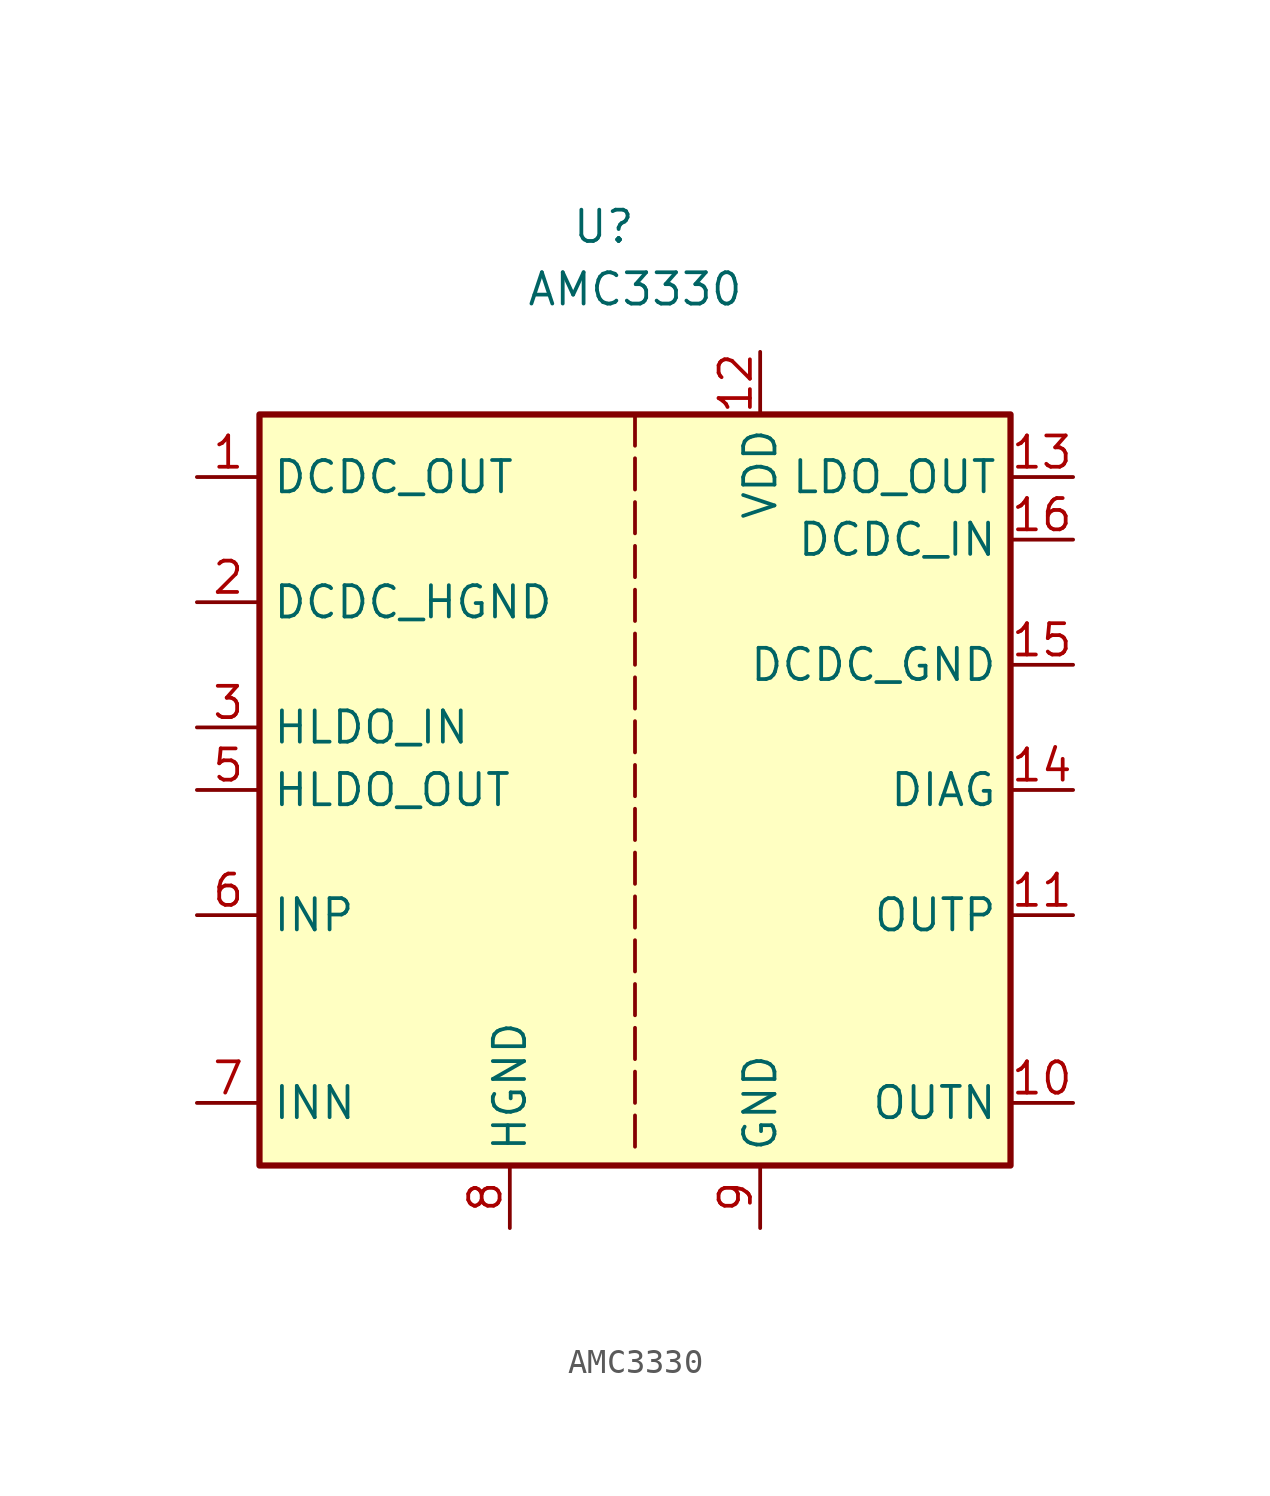
<source format=kicad_sym>
(kicad_symbol_lib
  (version 20231120)
  (generator "kicad_symbol_editor")
  (generator_version "8.0")
  (symbol "AMC3330"
    (property "Reference" "U"
      (at -1.27 22.86 0)
      (effects (font (size 1.27 1.27))))
    (property "Value" "AMC3330"
      (at 0 20.32 0)
      (effects (font (size 1.27 1.27))))
    (symbol "AMC3330_0_1"
      (rectangle (start -15.24 15.24) (end 15.24 -15.24) (stroke (width 0.254) (type default)) (fill (type background)))
      (polyline (pts (xy 0 -13.208) (xy 0 -14.478)) (stroke (width 0) (type default)) (fill (type none)))
      (polyline (pts (xy 0 -11.43) (xy 0 -12.7)) (stroke (width 0) (type default)) (fill (type none)))
      (polyline (pts (xy 0 -9.652) (xy 0 -10.922)) (stroke (width 0) (type default)) (fill (type none)))
      (polyline (pts (xy 0 -7.874) (xy 0 -9.144)) (stroke (width 0) (type default)) (fill (type none)))
      (polyline (pts (xy 0 -6.096) (xy 0 -7.366)) (stroke (width 0) (type default)) (fill (type none)))
      (polyline (pts (xy 0 -4.318) (xy 0 -5.588)) (stroke (width 0) (type default)) (fill (type none)))
      (polyline (pts (xy 0 -2.54) (xy 0 -3.81)) (stroke (width 0) (type default)) (fill (type none)))
      (polyline (pts (xy 0 -0.762) (xy 0 -2.032)) (stroke (width 0) (type default)) (fill (type none)))
      (polyline (pts (xy 0 1.016) (xy 0 -0.254)) (stroke (width 0) (type default)) (fill (type none)))
      (polyline (pts (xy 0 2.794) (xy 0 1.524)) (stroke (width 0) (type default)) (fill (type none)))
      (polyline (pts (xy 0 4.572) (xy 0 3.302)) (stroke (width 0) (type default)) (fill (type none)))
      (polyline (pts (xy 0 6.35) (xy 0 5.08)) (stroke (width 0) (type default)) (fill (type none)))
      (polyline (pts (xy 0 8.128) (xy 0 6.858)) (stroke (width 0) (type default)) (fill (type none)))
      (polyline (pts (xy 0 9.906) (xy 0 8.636)) (stroke (width 0) (type default)) (fill (type none)))
      (polyline (pts (xy 0 11.684) (xy 0 10.414)) (stroke (width 0) (type default)) (fill (type none)))
      (polyline (pts (xy 0 13.462) (xy 0 12.192)) (stroke (width 0) (type default)) (fill (type none)))
      (polyline (pts (xy 0 15.24) (xy 0 13.97)) (stroke (width 0) (type default)) (fill (type none))))
    (symbol "AMC3330_1_1"
      (pin power_out line (at -17.78 12.7 0) (length 2.54) (name "DCDC_OUT" (effects (font (size 1.27 1.27)))) (number "1" (effects (font (size 1.27 1.27)))))
      (pin output line (at 17.78 -12.7 180) (length 2.54) (name "OUTN" (effects (font (size 1.27 1.27)))) (number "10" (effects (font (size 1.27 1.27)))))
      (pin output line (at 17.78 -5.08 180) (length 2.54) (name "OUTP" (effects (font (size 1.27 1.27)))) (number "11" (effects (font (size 1.27 1.27)))))
      (pin power_in line (at 5.08 17.78 270) (length 2.54) (name "VDD" (effects (font (size 1.27 1.27)))) (number "12" (effects (font (size 1.27 1.27)))))
      (pin power_out line (at 17.78 12.7 180) (length 2.54) (name "LDO_OUT" (effects (font (size 1.27 1.27)))) (number "13" (effects (font (size 1.27 1.27)))))
      (pin output line (at 17.78 0 180) (length 2.54) (name "DIAG" (effects (font (size 1.27 1.27)))) (number "14" (effects (font (size 1.27 1.27)))))
      (pin power_in line (at 17.78 5.08 180) (length 2.54) (name "DCDC_GND" (effects (font (size 1.27 1.27)))) (number "15" (effects (font (size 1.27 1.27)))))
      (pin power_in line (at 17.78 10.16 180) (length 2.54) (name "DCDC_IN" (effects (font (size 1.27 1.27)))) (number "16" (effects (font (size 1.27 1.27)))))
      (pin power_out line (at -17.78 7.62 0) (length 2.54) (name "DCDC_HGND" (effects (font (size 1.27 1.27)))) (number "2" (effects (font (size 1.27 1.27)))))
      (pin power_in line (at -17.78 2.54 0) (length 2.54) (name "HLDO_IN" (effects (font (size 1.27 1.27)))) (number "3" (effects (font (size 1.27 1.27)))))
      (pin no_connect line (at -7.62 -15.24 90) (length 2.54) hide (name "NC" (effects (font (size 1.27 1.27)))) (number "4" (effects (font (size 1.27 1.27)))))
      (pin power_out line (at -17.78 0 0) (length 2.54) (name "HLDO_OUT" (effects (font (size 1.27 1.27)))) (number "5" (effects (font (size 1.27 1.27)))))
      (pin input line (at -17.78 -5.08 0) (length 2.54) (name "INP" (effects (font (size 1.27 1.27)))) (number "6" (effects (font (size 1.27 1.27)))))
      (pin input line (at -17.78 -12.7 0) (length 2.54) (name "INN" (effects (font (size 1.27 1.27)))) (number "7" (effects (font (size 1.27 1.27)))))
      (pin power_in line (at -5.08 -17.78 90) (length 2.54) (name "HGND" (effects (font (size 1.27 1.27)))) (number "8" (effects (font (size 1.27 1.27)))))
      (pin power_in line (at 5.08 -17.78 90) (length 2.54) (name "GND" (effects (font (size 1.27 1.27)))) (number "9" (effects (font (size 1.27 1.27))))))))
</source>
